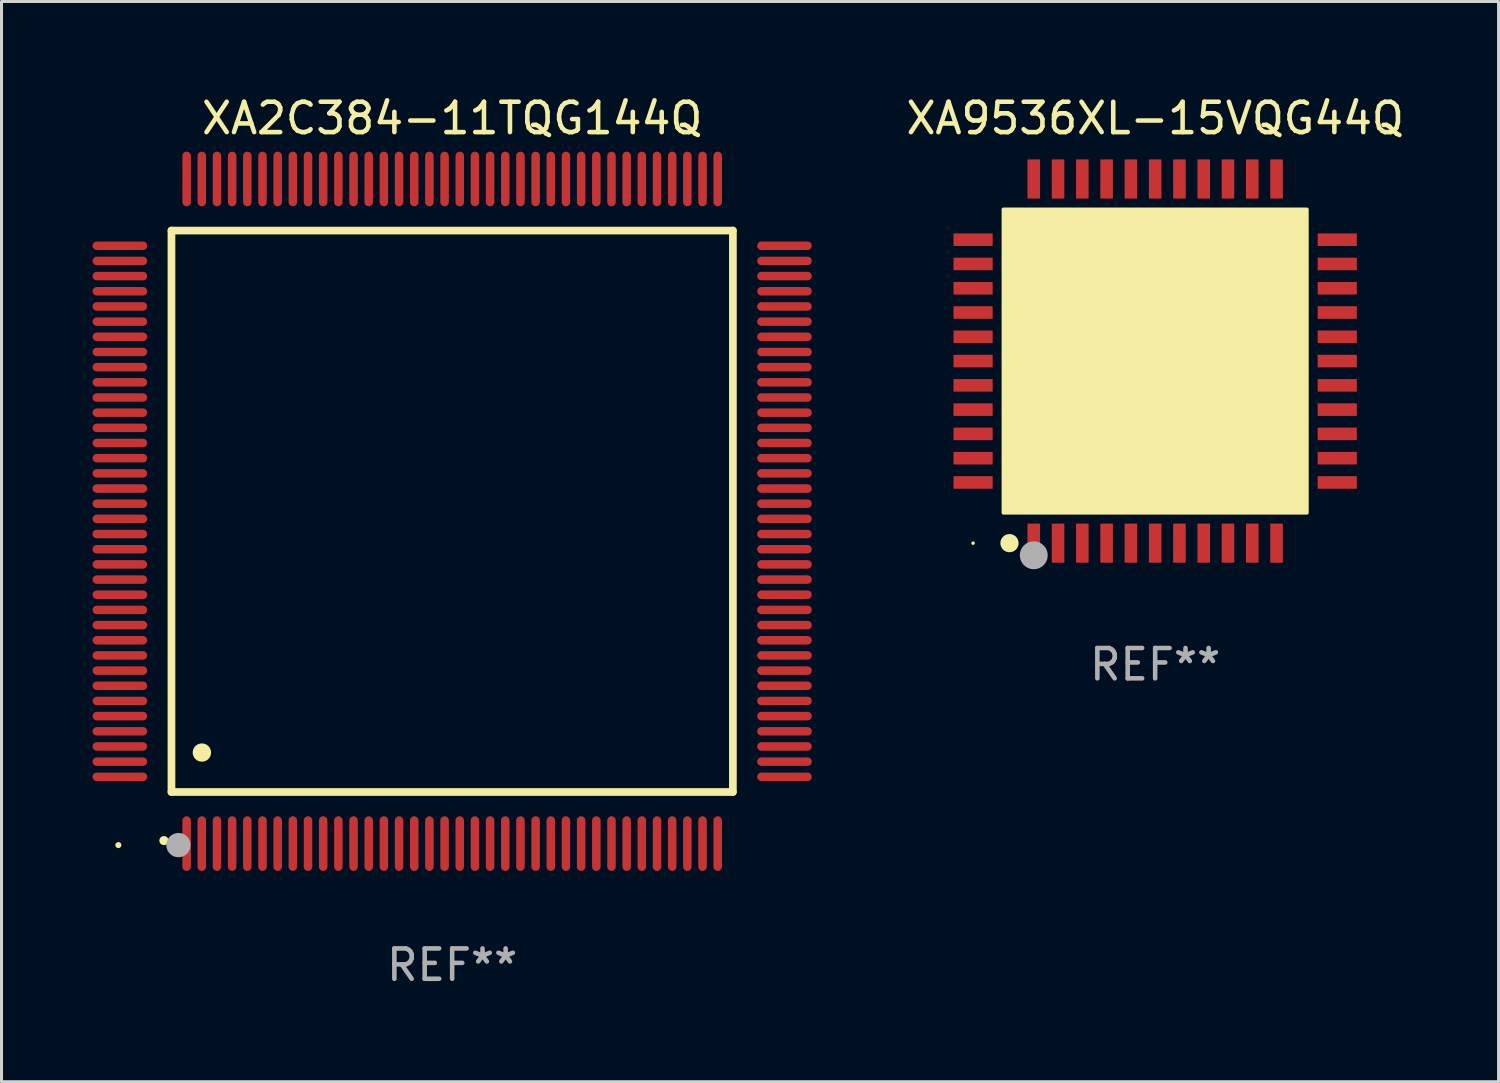
<source format=kicad_pcb>
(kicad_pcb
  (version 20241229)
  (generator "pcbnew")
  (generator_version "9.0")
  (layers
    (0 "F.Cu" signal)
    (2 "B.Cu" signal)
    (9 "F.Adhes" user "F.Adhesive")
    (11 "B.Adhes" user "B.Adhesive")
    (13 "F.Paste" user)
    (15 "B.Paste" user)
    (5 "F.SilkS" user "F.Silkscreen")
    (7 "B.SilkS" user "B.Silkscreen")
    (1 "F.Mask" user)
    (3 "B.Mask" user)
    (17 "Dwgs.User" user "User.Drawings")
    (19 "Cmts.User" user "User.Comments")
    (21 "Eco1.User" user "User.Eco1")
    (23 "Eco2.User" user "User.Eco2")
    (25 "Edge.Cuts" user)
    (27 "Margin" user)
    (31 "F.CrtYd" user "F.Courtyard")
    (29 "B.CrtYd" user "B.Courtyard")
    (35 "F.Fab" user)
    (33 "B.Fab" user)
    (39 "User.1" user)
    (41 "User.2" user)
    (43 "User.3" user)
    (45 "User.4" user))
  (footprint "XA9536XL-15VQG44Q"
    (layer "F.Cu")
    (at 35.015 8.848)
    (property "Reference" "XA9536XL-15VQG44Q" (at 0 -8 0) (layer "F.SilkS") (effects (font (size 1 1) (thickness 0.15))))
    (attr through_hole)
    (fp_circle (center -6 6) (end -5.97 6) (stroke (width 0.06) (type solid)) (fill no) (layer "F.SilkS"))
    (fp_circle (center -4.8 6) (end -4.65 6) (stroke (width 0.3) (type solid)) (fill no) (layer "F.SilkS"))
    (fp_poly (pts (xy -5 -5) (xy 5 -5) (xy 5 5) (xy -5 5)) (stroke (width 0.12) (type solid)) (fill yes) (layer "F.SilkS"))
    (fp_circle (center -4 6.4) (end -3.77 6.4) (stroke (width 0.46) (type solid)) (fill no) (layer "F.Fab"))
    (fp_text user "REF**" (at 0 10 0) (layer "F.Fab") (effects (font (size 1 1) (thickness 0.15))))
    (pad "1" smd rect (at -4 6 90) (size 1.29 0.414) (layers "F.Cu" "F.Mask" "F.Paste"))
    (pad "2" smd rect (at -3.2 6 90) (size 1.29 0.414) (layers "F.Cu" "F.Mask" "F.Paste"))
    (pad "3" smd rect (at -2.4 6 90) (size 1.29 0.414) (layers "F.Cu" "F.Mask" "F.Paste"))
    (pad "4" smd rect (at -1.6 6 90) (size 1.29 0.414) (layers "F.Cu" "F.Mask" "F.Paste"))
    (pad "5" smd rect (at -0.8 6 90) (size 1.29 0.414) (layers "F.Cu" "F.Mask" "F.Paste"))
    (pad "6" smd rect (at 0 6 90) (size 1.29 0.414) (layers "F.Cu" "F.Mask" "F.Paste"))
    (pad "7" smd rect (at 0.8 6 90) (size 1.29 0.414) (layers "F.Cu" "F.Mask" "F.Paste"))
    (pad "8" smd rect (at 1.6 6 90) (size 1.29 0.414) (layers "F.Cu" "F.Mask" "F.Paste"))
    (pad "9" smd rect (at 2.4 6 90) (size 1.29 0.414) (layers "F.Cu" "F.Mask" "F.Paste"))
    (pad "10" smd rect (at 3.2 6 90) (size 1.29 0.414) (layers "F.Cu" "F.Mask" "F.Paste"))
    (pad "11" smd rect (at 4 6 90) (size 1.29 0.414) (layers "F.Cu" "F.Mask" "F.Paste"))
    (pad "12" smd rect (at 6 4 90) (size 0.414 1.29) (layers "F.Cu" "F.Mask" "F.Paste"))
    (pad "13" smd rect (at 6 3.2 90) (size 0.414 1.29) (layers "F.Cu" "F.Mask" "F.Paste"))
    (pad "14" smd rect (at 6 2.4 90) (size 0.414 1.29) (layers "F.Cu" "F.Mask" "F.Paste"))
    (pad "15" smd rect (at 6 1.6 90) (size 0.414 1.29) (layers "F.Cu" "F.Mask" "F.Paste"))
    (pad "16" smd rect (at 6 0.8 90) (size 0.414 1.29) (layers "F.Cu" "F.Mask" "F.Paste"))
    (pad "17" smd rect (at 6 0 90) (size 0.414 1.29) (layers "F.Cu" "F.Mask" "F.Paste"))
    (pad "18" smd rect (at 6 -0.8 90) (size 0.414 1.29) (layers "F.Cu" "F.Mask" "F.Paste"))
    (pad "19" smd rect (at 6 -1.6 90) (size 0.414 1.29) (layers "F.Cu" "F.Mask" "F.Paste"))
    (pad "20" smd rect (at 6 -2.4 90) (size 0.414 1.29) (layers "F.Cu" "F.Mask" "F.Paste"))
    (pad "21" smd rect (at 6 -3.2 90) (size 0.414 1.29) (layers "F.Cu" "F.Mask" "F.Paste"))
    (pad "22" smd rect (at 6 -4 90) (size 0.414 1.29) (layers "F.Cu" "F.Mask" "F.Paste"))
    (pad "23" smd rect (at 4 -6 90) (size 1.29 0.414) (layers "F.Cu" "F.Mask" "F.Paste"))
    (pad "24" smd rect (at 3.2 -6 90) (size 1.29 0.414) (layers "F.Cu" "F.Mask" "F.Paste"))
    (pad "25" smd rect (at 2.4 -6 90) (size 1.29 0.414) (layers "F.Cu" "F.Mask" "F.Paste"))
    (pad "26" smd rect (at 1.6 -6 90) (size 1.29 0.414) (layers "F.Cu" "F.Mask" "F.Paste"))
    (pad "27" smd rect (at 0.8 -6 90) (size 1.29 0.414) (layers "F.Cu" "F.Mask" "F.Paste"))
    (pad "28" smd rect (at 0 -6 90) (size 1.29 0.414) (layers "F.Cu" "F.Mask" "F.Paste"))
    (pad "29" smd rect (at -0.8 -6 90) (size 1.29 0.414) (layers "F.Cu" "F.Mask" "F.Paste"))
    (pad "30" smd rect (at -1.6 -6 90) (size 1.29 0.414) (layers "F.Cu" "F.Mask" "F.Paste"))
    (pad "31" smd rect (at -2.4 -6 90) (size 1.29 0.414) (layers "F.Cu" "F.Mask" "F.Paste"))
    (pad "32" smd rect (at -3.2 -6 90) (size 1.29 0.414) (layers "F.Cu" "F.Mask" "F.Paste"))
    (pad "33" smd rect (at -4 -6 90) (size 1.29 0.414) (layers "F.Cu" "F.Mask" "F.Paste"))
    (pad "34" smd rect (at -6 -4 180) (size 1.29 0.414) (layers "F.Cu" "F.Mask" "F.Paste"))
    (pad "35" smd rect (at -6 -3.2 180) (size 1.29 0.414) (layers "F.Cu" "F.Mask" "F.Paste"))
    (pad "36" smd rect (at -6 -2.4 180) (size 1.29 0.414) (layers "F.Cu" "F.Mask" "F.Paste"))
    (pad "37" smd rect (at -6 -1.6 180) (size 1.29 0.414) (layers "F.Cu" "F.Mask" "F.Paste"))
    (pad "38" smd rect (at -6 -0.8 180) (size 1.29 0.414) (layers "F.Cu" "F.Mask" "F.Paste"))
    (pad "39" smd rect (at -6 0 180) (size 1.29 0.414) (layers "F.Cu" "F.Mask" "F.Paste"))
    (pad "40" smd rect (at -6 0.8 180) (size 1.29 0.414) (layers "F.Cu" "F.Mask" "F.Paste"))
    (pad "41" smd rect (at -6 1.6 180) (size 1.29 0.414) (layers "F.Cu" "F.Mask" "F.Paste"))
    (pad "42" smd rect (at -6 2.4 180) (size 1.29 0.414) (layers "F.Cu" "F.Mask" "F.Paste"))
    (pad "43" smd rect (at -6 3.2 180) (size 1.29 0.414) (layers "F.Cu" "F.Mask" "F.Paste"))
    (pad "44" smd rect (at -6 4 180) (size 1.29 0.414) (layers "F.Cu" "F.Mask" "F.Paste")))
  (footprint "XA2C384-11TQG144Q"
    (layer "F.Cu")
    (at 11.85 13.798)
    (property "Reference" "XA2C384-11TQG144Q" (at 0 -12.95 0) (layer "F.SilkS") (effects (font (size 1 1) (thickness 0.15))))
    (attr through_hole)
    (fp_line (start -9.25 -9.25) (end -9.25 9.25) (stroke (width 0.254) (type solid)) (layer "F.SilkS"))
    (fp_line (start -9.25 9.25) (end 9.25 9.25) (stroke (width 0.254) (type solid)) (layer "F.SilkS"))
    (fp_line (start 9.25 -9.25) (end -9.25 -9.25) (stroke (width 0.254) (type solid)) (layer "F.SilkS"))
    (fp_line (start 9.25 9.25) (end 9.25 -9.25) (stroke (width 0.254) (type solid)) (layer "F.SilkS"))
    (fp_arc (start -9.499619 10.850902) (mid -9.498349 10.850897) (end -9.497079 10.850902) (stroke (width 0.3) (type solid)) (layer "F.SilkS"))
    (fp_arc (start -8.249936 7.950216) (mid -8.247396 7.950205) (end -8.244856 7.950216) (stroke (width 0.6) (type solid)) (layer "F.SilkS"))
    (fp_circle (center -11 11) (end -10.95 11) (stroke (width 0.1) (type solid)) (fill no) (layer "F.SilkS"))
    (fp_circle (center -9.02 11) (end -8.82 11) (stroke (width 0.4) (type solid)) (fill no) (layer "F.Fab"))
    (fp_text user "REF**" (at 0 14.95 0) (layer "F.Fab") (effects (font (size 1 1) (thickness 0.15))))
    (pad "1" smd oval (at -8.75 10.95) (size 0.28 1.8) (layers "F.Cu" "F.Mask" "F.Paste"))
    (pad "2" smd oval (at -8.25 10.95) (size 0.28 1.8) (layers "F.Cu" "F.Mask" "F.Paste"))
    (pad "3" smd oval (at -7.75 10.95) (size 0.28 1.8) (layers "F.Cu" "F.Mask" "F.Paste"))
    (pad "4" smd oval (at -7.25 10.95) (size 0.28 1.8) (layers "F.Cu" "F.Mask" "F.Paste"))
    (pad "5" smd oval (at -6.75 10.95) (size 0.28 1.8) (layers "F.Cu" "F.Mask" "F.Paste"))
    (pad "6" smd oval (at -6.25 10.95) (size 0.28 1.8) (layers "F.Cu" "F.Mask" "F.Paste"))
    (pad "7" smd oval (at -5.75 10.95) (size 0.28 1.8) (layers "F.Cu" "F.Mask" "F.Paste"))
    (pad "8" smd oval (at -5.25 10.95) (size 0.28 1.8) (layers "F.Cu" "F.Mask" "F.Paste"))
    (pad "9" smd oval (at -4.75 10.95) (size 0.28 1.8) (layers "F.Cu" "F.Mask" "F.Paste"))
    (pad "10" smd oval (at -4.25 10.95) (size 0.28 1.8) (layers "F.Cu" "F.Mask" "F.Paste"))
    (pad "11" smd oval (at -3.75 10.95) (size 0.28 1.8) (layers "F.Cu" "F.Mask" "F.Paste"))
    (pad "12" smd oval (at -3.25 10.95) (size 0.28 1.8) (layers "F.Cu" "F.Mask" "F.Paste"))
    (pad "13" smd oval (at -2.75 10.95) (size 0.28 1.8) (layers "F.Cu" "F.Mask" "F.Paste"))
    (pad "14" smd oval (at -2.25 10.95) (size 0.28 1.8) (layers "F.Cu" "F.Mask" "F.Paste"))
    (pad "15" smd oval (at -1.75 10.95) (size 0.28 1.8) (layers "F.Cu" "F.Mask" "F.Paste"))
    (pad "16" smd oval (at -1.25 10.95) (size 0.28 1.8) (layers "F.Cu" "F.Mask" "F.Paste"))
    (pad "17" smd oval (at -0.75 10.95) (size 0.28 1.8) (layers "F.Cu" "F.Mask" "F.Paste"))
    (pad "18" smd oval (at -0.25 10.95) (size 0.28 1.8) (layers "F.Cu" "F.Mask" "F.Paste"))
    (pad "19" smd oval (at 0.25 10.95) (size 0.28 1.8) (layers "F.Cu" "F.Mask" "F.Paste"))
    (pad "20" smd oval (at 0.75 10.95) (size 0.28 1.8) (layers "F.Cu" "F.Mask" "F.Paste"))
    (pad "21" smd oval (at 1.25 10.95) (size 0.28 1.8) (layers "F.Cu" "F.Mask" "F.Paste"))
    (pad "22" smd oval (at 1.75 10.95) (size 0.28 1.8) (layers "F.Cu" "F.Mask" "F.Paste"))
    (pad "23" smd oval (at 2.25 10.95) (size 0.28 1.8) (layers "F.Cu" "F.Mask" "F.Paste"))
    (pad "24" smd oval (at 2.75 10.95) (size 0.28 1.8) (layers "F.Cu" "F.Mask" "F.Paste"))
    (pad "25" smd oval (at 3.25 10.95) (size 0.28 1.8) (layers "F.Cu" "F.Mask" "F.Paste"))
    (pad "26" smd oval (at 3.75 10.95) (size 0.28 1.8) (layers "F.Cu" "F.Mask" "F.Paste"))
    (pad "27" smd oval (at 4.25 10.95) (size 0.28 1.8) (layers "F.Cu" "F.Mask" "F.Paste"))
    (pad "28" smd oval (at 4.75 10.95) (size 0.28 1.8) (layers "F.Cu" "F.Mask" "F.Paste"))
    (pad "29" smd oval (at 5.25 10.95) (size 0.28 1.8) (layers "F.Cu" "F.Mask" "F.Paste"))
    (pad "30" smd oval (at 5.75 10.95) (size 0.28 1.8) (layers "F.Cu" "F.Mask" "F.Paste"))
    (pad "31" smd oval (at 6.25 10.95) (size 0.28 1.8) (layers "F.Cu" "F.Mask" "F.Paste"))
    (pad "32" smd oval (at 6.75 10.95) (size 0.28 1.8) (layers "F.Cu" "F.Mask" "F.Paste"))
    (pad "33" smd oval (at 7.25 10.95) (size 0.28 1.8) (layers "F.Cu" "F.Mask" "F.Paste"))
    (pad "34" smd oval (at 7.75 10.95) (size 0.28 1.8) (layers "F.Cu" "F.Mask" "F.Paste"))
    (pad "35" smd oval (at 8.25 10.95) (size 0.28 1.8) (layers "F.Cu" "F.Mask" "F.Paste"))
    (pad "36" smd oval (at 8.75 10.95) (size 0.28 1.8) (layers "F.Cu" "F.Mask" "F.Paste"))
    (pad "37" smd oval (at 10.95 8.75) (size 1.8 0.28) (layers "F.Cu" "F.Mask" "F.Paste"))
    (pad "38" smd oval (at 10.95 8.25) (size 1.8 0.28) (layers "F.Cu" "F.Mask" "F.Paste"))
    (pad "39" smd oval (at 10.95 7.75) (size 1.8 0.28) (layers "F.Cu" "F.Mask" "F.Paste"))
    (pad "40" smd oval (at 10.95 7.25) (size 1.8 0.28) (layers "F.Cu" "F.Mask" "F.Paste"))
    (pad "41" smd oval (at 10.95 6.75) (size 1.8 0.28) (layers "F.Cu" "F.Mask" "F.Paste"))
    (pad "42" smd oval (at 10.95 6.25) (size 1.8 0.28) (layers "F.Cu" "F.Mask" "F.Paste"))
    (pad "43" smd oval (at 10.95 5.75) (size 1.8 0.28) (layers "F.Cu" "F.Mask" "F.Paste"))
    (pad "44" smd oval (at 10.95 5.25) (size 1.8 0.28) (layers "F.Cu" "F.Mask" "F.Paste"))
    (pad "45" smd oval (at 10.95 4.75) (size 1.8 0.28) (layers "F.Cu" "F.Mask" "F.Paste"))
    (pad "46" smd oval (at 10.95 4.25) (size 1.8 0.28) (layers "F.Cu" "F.Mask" "F.Paste"))
    (pad "47" smd oval (at 10.95 3.75) (size 1.8 0.28) (layers "F.Cu" "F.Mask" "F.Paste"))
    (pad "48" smd oval (at 10.95 3.25) (size 1.8 0.28) (layers "F.Cu" "F.Mask" "F.Paste"))
    (pad "49" smd oval (at 10.95 2.75) (size 1.8 0.28) (layers "F.Cu" "F.Mask" "F.Paste"))
    (pad "50" smd oval (at 10.95 2.25) (size 1.8 0.28) (layers "F.Cu" "F.Mask" "F.Paste"))
    (pad "51" smd oval (at 10.95 1.75) (size 1.8 0.28) (layers "F.Cu" "F.Mask" "F.Paste"))
    (pad "52" smd oval (at 10.95 1.25) (size 1.8 0.28) (layers "F.Cu" "F.Mask" "F.Paste"))
    (pad "53" smd oval (at 10.95 0.75) (size 1.8 0.28) (layers "F.Cu" "F.Mask" "F.Paste"))
    (pad "54" smd oval (at 10.95 0.25) (size 1.8 0.28) (layers "F.Cu" "F.Mask" "F.Paste"))
    (pad "55" smd oval (at 10.95 -0.25) (size 1.8 0.28) (layers "F.Cu" "F.Mask" "F.Paste"))
    (pad "56" smd oval (at 10.95 -0.75) (size 1.8 0.28) (layers "F.Cu" "F.Mask" "F.Paste"))
    (pad "57" smd oval (at 10.95 -1.25) (size 1.8 0.28) (layers "F.Cu" "F.Mask" "F.Paste"))
    (pad "58" smd oval (at 10.95 -1.75) (size 1.8 0.28) (layers "F.Cu" "F.Mask" "F.Paste"))
    (pad "59" smd oval (at 10.95 -2.25) (size 1.8 0.28) (layers "F.Cu" "F.Mask" "F.Paste"))
    (pad "60" smd oval (at 10.95 -2.75) (size 1.8 0.28) (layers "F.Cu" "F.Mask" "F.Paste"))
    (pad "61" smd oval (at 10.95 -3.25) (size 1.8 0.28) (layers "F.Cu" "F.Mask" "F.Paste"))
    (pad "62" smd oval (at 10.95 -3.75) (size 1.8 0.28) (layers "F.Cu" "F.Mask" "F.Paste"))
    (pad "63" smd oval (at 10.95 -4.25) (size 1.8 0.28) (layers "F.Cu" "F.Mask" "F.Paste"))
    (pad "64" smd oval (at 10.95 -4.75) (size 1.8 0.28) (layers "F.Cu" "F.Mask" "F.Paste"))
    (pad "65" smd oval (at 10.95 -5.25) (size 1.8 0.28) (layers "F.Cu" "F.Mask" "F.Paste"))
    (pad "66" smd oval (at 10.95 -5.75) (size 1.8 0.28) (layers "F.Cu" "F.Mask" "F.Paste"))
    (pad "67" smd oval (at 10.95 -6.25) (size 1.8 0.28) (layers "F.Cu" "F.Mask" "F.Paste"))
    (pad "68" smd oval (at 10.95 -6.75) (size 1.8 0.28) (layers "F.Cu" "F.Mask" "F.Paste"))
    (pad "69" smd oval (at 10.95 -7.25) (size 1.8 0.28) (layers "F.Cu" "F.Mask" "F.Paste"))
    (pad "70" smd oval (at 10.95 -7.75) (size 1.8 0.28) (layers "F.Cu" "F.Mask" "F.Paste"))
    (pad "71" smd oval (at 10.95 -8.25) (size 1.8 0.28) (layers "F.Cu" "F.Mask" "F.Paste"))
    (pad "72" smd oval (at 10.95 -8.75) (size 1.8 0.28) (layers "F.Cu" "F.Mask" "F.Paste"))
    (pad "73" smd oval (at 8.75 -10.95) (size 0.28 1.8) (layers "F.Cu" "F.Mask" "F.Paste"))
    (pad "74" smd oval (at 8.25 -10.95) (size 0.28 1.8) (layers "F.Cu" "F.Mask" "F.Paste"))
    (pad "75" smd oval (at 7.75 -10.95) (size 0.28 1.8) (layers "F.Cu" "F.Mask" "F.Paste"))
    (pad "76" smd oval (at 7.25 -10.95) (size 0.28 1.8) (layers "F.Cu" "F.Mask" "F.Paste"))
    (pad "77" smd oval (at 6.75 -10.95) (size 0.28 1.8) (layers "F.Cu" "F.Mask" "F.Paste"))
    (pad "78" smd oval (at 6.25 -10.95) (size 0.28 1.8) (layers "F.Cu" "F.Mask" "F.Paste"))
    (pad "79" smd oval (at 5.75 -10.95) (size 0.28 1.8) (layers "F.Cu" "F.Mask" "F.Paste"))
    (pad "80" smd oval (at 5.25 -10.95) (size 0.28 1.8) (layers "F.Cu" "F.Mask" "F.Paste"))
    (pad "81" smd oval (at 4.75 -10.95) (size 0.28 1.8) (layers "F.Cu" "F.Mask" "F.Paste"))
    (pad "82" smd oval (at 4.25 -10.95) (size 0.28 1.8) (layers "F.Cu" "F.Mask" "F.Paste"))
    (pad "83" smd oval (at 3.75 -10.95) (size 0.28 1.8) (layers "F.Cu" "F.Mask" "F.Paste"))
    (pad "84" smd oval (at 3.25 -10.95) (size 0.28 1.8) (layers "F.Cu" "F.Mask" "F.Paste"))
    (pad "85" smd oval (at 2.75 -10.95) (size 0.28 1.8) (layers "F.Cu" "F.Mask" "F.Paste"))
    (pad "86" smd oval (at 2.25 -10.95) (size 0.28 1.8) (layers "F.Cu" "F.Mask" "F.Paste"))
    (pad "87" smd oval (at 1.75 -10.95) (size 0.28 1.8) (layers "F.Cu" "F.Mask" "F.Paste"))
    (pad "88" smd oval (at 1.25 -10.95) (size 0.28 1.8) (layers "F.Cu" "F.Mask" "F.Paste"))
    (pad "89" smd oval (at 0.75 -10.95) (size 0.28 1.8) (layers "F.Cu" "F.Mask" "F.Paste"))
    (pad "90" smd oval (at 0.25 -10.95) (size 0.28 1.8) (layers "F.Cu" "F.Mask" "F.Paste"))
    (pad "91" smd oval (at -0.25 -10.95) (size 0.28 1.8) (layers "F.Cu" "F.Mask" "F.Paste"))
    (pad "92" smd oval (at -0.75 -10.95) (size 0.28 1.8) (layers "F.Cu" "F.Mask" "F.Paste"))
    (pad "93" smd oval (at -1.25 -10.95) (size 0.28 1.8) (layers "F.Cu" "F.Mask" "F.Paste"))
    (pad "94" smd oval (at -1.75 -10.95) (size 0.28 1.8) (layers "F.Cu" "F.Mask" "F.Paste"))
    (pad "95" smd oval (at -2.25 -10.95) (size 0.28 1.8) (layers "F.Cu" "F.Mask" "F.Paste"))
    (pad "96" smd oval (at -2.75 -10.95) (size 0.28 1.8) (layers "F.Cu" "F.Mask" "F.Paste"))
    (pad "97" smd oval (at -3.25 -10.95) (size 0.28 1.8) (layers "F.Cu" "F.Mask" "F.Paste"))
    (pad "98" smd oval (at -3.75 -10.95) (size 0.28 1.8) (layers "F.Cu" "F.Mask" "F.Paste"))
    (pad "99" smd oval (at -4.25 -10.95) (size 0.28 1.8) (layers "F.Cu" "F.Mask" "F.Paste"))
    (pad "100" smd oval (at -4.75 -10.95) (size 0.28 1.8) (layers "F.Cu" "F.Mask" "F.Paste"))
    (pad "101" smd oval (at -5.25 -10.95) (size 0.28 1.8) (layers "F.Cu" "F.Mask" "F.Paste"))
    (pad "102" smd oval (at -5.75 -10.95) (size 0.28 1.8) (layers "F.Cu" "F.Mask" "F.Paste"))
    (pad "103" smd oval (at -6.25 -10.95) (size 0.28 1.8) (layers "F.Cu" "F.Mask" "F.Paste"))
    (pad "104" smd oval (at -6.75 -10.95) (size 0.28 1.8) (layers "F.Cu" "F.Mask" "F.Paste"))
    (pad "105" smd oval (at -7.25 -10.95) (size 0.28 1.8) (layers "F.Cu" "F.Mask" "F.Paste"))
    (pad "106" smd oval (at -7.75 -10.95) (size 0.28 1.8) (layers "F.Cu" "F.Mask" "F.Paste"))
    (pad "107" smd oval (at -8.25 -10.95) (size 0.28 1.8) (layers "F.Cu" "F.Mask" "F.Paste"))
    (pad "108" smd oval (at -8.75 -10.95) (size 0.28 1.8) (layers "F.Cu" "F.Mask" "F.Paste"))
    (pad "109" smd oval (at -10.95 -8.75) (size 1.8 0.28) (layers "F.Cu" "F.Mask" "F.Paste"))
    (pad "110" smd oval (at -10.95 -8.25) (size 1.8 0.28) (layers "F.Cu" "F.Mask" "F.Paste"))
    (pad "111" smd oval (at -10.95 -7.75) (size 1.8 0.28) (layers "F.Cu" "F.Mask" "F.Paste"))
    (pad "112" smd oval (at -10.95 -7.25) (size 1.8 0.28) (layers "F.Cu" "F.Mask" "F.Paste"))
    (pad "113" smd oval (at -10.95 -6.75) (size 1.8 0.28) (layers "F.Cu" "F.Mask" "F.Paste"))
    (pad "114" smd oval (at -10.95 -6.25) (size 1.8 0.28) (layers "F.Cu" "F.Mask" "F.Paste"))
    (pad "115" smd oval (at -10.95 -5.75) (size 1.8 0.28) (layers "F.Cu" "F.Mask" "F.Paste"))
    (pad "116" smd oval (at -10.95 -5.25) (size 1.8 0.28) (layers "F.Cu" "F.Mask" "F.Paste"))
    (pad "117" smd oval (at -10.95 -4.75) (size 1.8 0.28) (layers "F.Cu" "F.Mask" "F.Paste"))
    (pad "118" smd oval (at -10.95 -4.25) (size 1.8 0.28) (layers "F.Cu" "F.Mask" "F.Paste"))
    (pad "119" smd oval (at -10.95 -3.75) (size 1.8 0.28) (layers "F.Cu" "F.Mask" "F.Paste"))
    (pad "120" smd oval (at -10.95 -3.25) (size 1.8 0.28) (layers "F.Cu" "F.Mask" "F.Paste"))
    (pad "121" smd oval (at -10.95 -2.75) (size 1.8 0.28) (layers "F.Cu" "F.Mask" "F.Paste"))
    (pad "122" smd oval (at -10.95 -2.25) (size 1.8 0.28) (layers "F.Cu" "F.Mask" "F.Paste"))
    (pad "123" smd oval (at -10.95 -1.75) (size 1.8 0.28) (layers "F.Cu" "F.Mask" "F.Paste"))
    (pad "124" smd oval (at -10.95 -1.25) (size 1.8 0.28) (layers "F.Cu" "F.Mask" "F.Paste"))
    (pad "125" smd oval (at -10.95 -0.75) (size 1.8 0.28) (layers "F.Cu" "F.Mask" "F.Paste"))
    (pad "126" smd oval (at -10.95 -0.25) (size 1.8 0.28) (layers "F.Cu" "F.Mask" "F.Paste"))
    (pad "127" smd oval (at -10.95 0.25) (size 1.8 0.28) (layers "F.Cu" "F.Mask" "F.Paste"))
    (pad "128" smd oval (at -10.95 0.75) (size 1.8 0.28) (layers "F.Cu" "F.Mask" "F.Paste"))
    (pad "129" smd oval (at -10.95 1.25) (size 1.8 0.28) (layers "F.Cu" "F.Mask" "F.Paste"))
    (pad "130" smd oval (at -10.95 1.75) (size 1.8 0.28) (layers "F.Cu" "F.Mask" "F.Paste"))
    (pad "131" smd oval (at -10.95 2.25) (size 1.8 0.28) (layers "F.Cu" "F.Mask" "F.Paste"))
    (pad "132" smd oval (at -10.95 2.75) (size 1.8 0.28) (layers "F.Cu" "F.Mask" "F.Paste"))
    (pad "133" smd oval (at -10.95 3.25) (size 1.8 0.28) (layers "F.Cu" "F.Mask" "F.Paste"))
    (pad "134" smd oval (at -10.95 3.75) (size 1.8 0.28) (layers "F.Cu" "F.Mask" "F.Paste"))
    (pad "135" smd oval (at -10.95 4.25) (size 1.8 0.28) (layers "F.Cu" "F.Mask" "F.Paste"))
    (pad "136" smd oval (at -10.95 4.75) (size 1.8 0.28) (layers "F.Cu" "F.Mask" "F.Paste"))
    (pad "137" smd oval (at -10.95 5.25) (size 1.8 0.28) (layers "F.Cu" "F.Mask" "F.Paste"))
    (pad "138" smd oval (at -10.95 5.75) (size 1.8 0.28) (layers "F.Cu" "F.Mask" "F.Paste"))
    (pad "139" smd oval (at -10.95 6.25) (size 1.8 0.28) (layers "F.Cu" "F.Mask" "F.Paste"))
    (pad "140" smd oval (at -10.95 6.75) (size 1.8 0.28) (layers "F.Cu" "F.Mask" "F.Paste"))
    (pad "141" smd oval (at -10.95 7.25) (size 1.8 0.28) (layers "F.Cu" "F.Mask" "F.Paste"))
    (pad "142" smd oval (at -10.95 7.75) (size 1.8 0.28) (layers "F.Cu" "F.Mask" "F.Paste"))
    (pad "143" smd oval (at -10.95 8.25) (size 1.8 0.28) (layers "F.Cu" "F.Mask" "F.Paste"))
    (pad "144" smd oval (at -10.95 8.75) (size 1.8 0.28) (layers "F.Cu" "F.Mask" "F.Paste")))
  (gr_rect
    (start -3 -3)
    (end 46.331 32.596)
    (stroke (width 0.1) (type default))
    (fill no)
    (layer "Edge.Cuts")))
</source>
